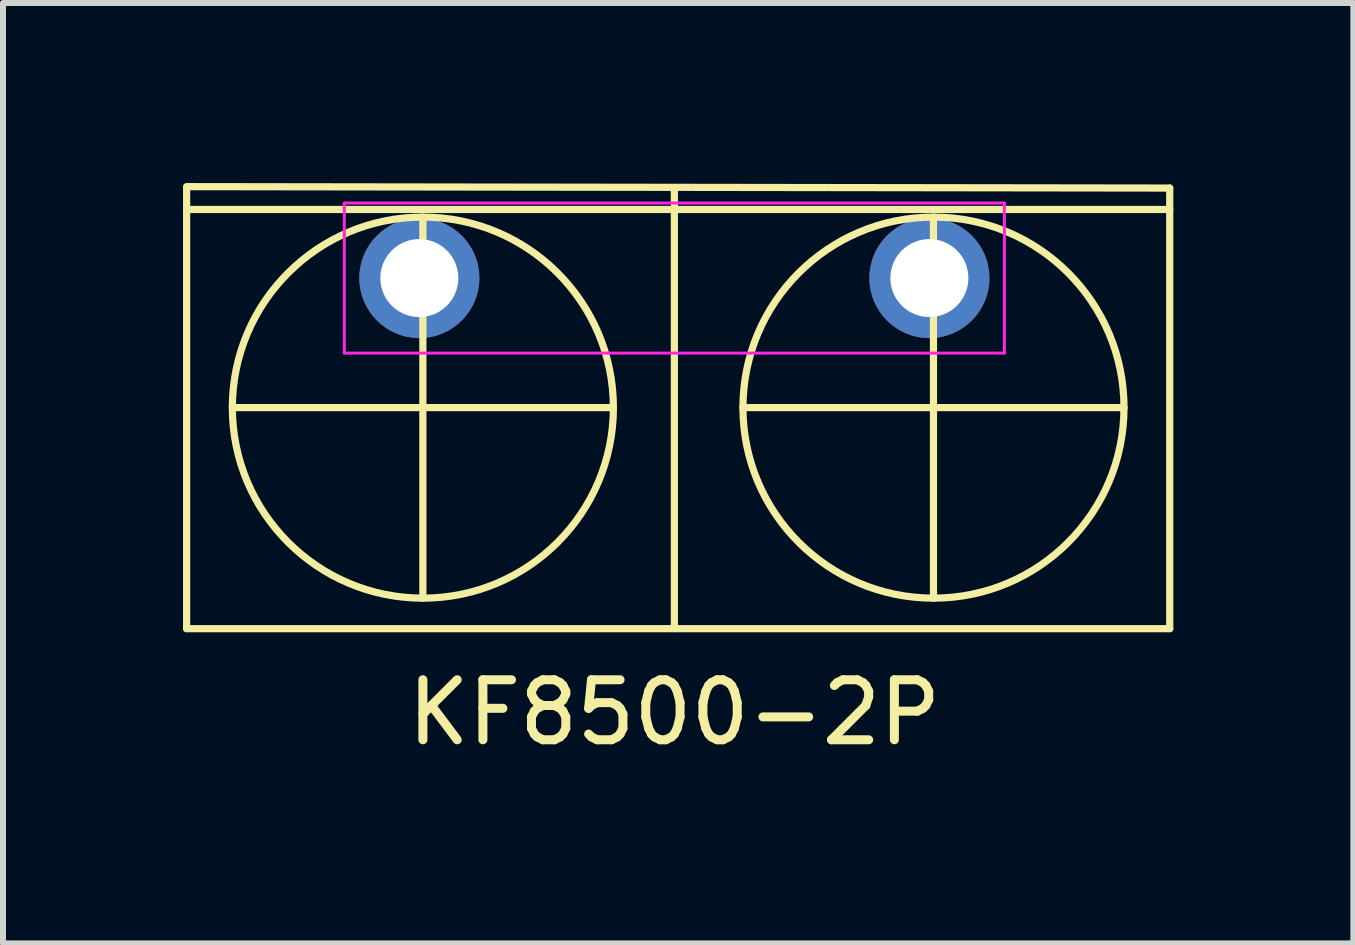
<source format=kicad_pcb>
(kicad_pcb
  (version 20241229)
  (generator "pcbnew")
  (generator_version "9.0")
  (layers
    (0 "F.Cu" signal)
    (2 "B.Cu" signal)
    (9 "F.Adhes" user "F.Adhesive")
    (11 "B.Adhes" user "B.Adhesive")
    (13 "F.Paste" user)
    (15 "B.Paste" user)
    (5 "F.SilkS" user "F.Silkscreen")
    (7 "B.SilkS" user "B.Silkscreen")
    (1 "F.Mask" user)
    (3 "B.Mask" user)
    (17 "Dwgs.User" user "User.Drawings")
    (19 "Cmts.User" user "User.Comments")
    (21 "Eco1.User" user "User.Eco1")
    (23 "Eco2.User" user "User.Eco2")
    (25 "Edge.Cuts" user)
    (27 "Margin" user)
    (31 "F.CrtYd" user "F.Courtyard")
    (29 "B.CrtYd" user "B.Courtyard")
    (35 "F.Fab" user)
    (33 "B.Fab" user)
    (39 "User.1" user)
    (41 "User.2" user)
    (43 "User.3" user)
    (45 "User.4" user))
  (footprint "KF8500-2P"
    (layer "F.Cu")
    (at 8.188 1.584)
    (property "Reference" "KF8500-2P" (at 0 7.239 0) (layer "F.SilkS") (effects (font (size 1 1) (thickness 0.15))))
    (attr through_hole)
    (fp_line (start -8.128 -1.524) (end 8.255 -1.5) (stroke (width 0.12) (type solid)) (layer "F.SilkS"))
    (fp_line (start -8.128 -1.143) (end 8.255 -1.143) (stroke (width 0.12) (type solid)) (layer "F.SilkS"))
    (fp_line (start -8.128 5.842) (end -8.128 -1.5) (stroke (width 0.12) (type solid)) (layer "F.SilkS"))
    (fp_line (start -7.366 2.159) (end -1.016 2.159) (stroke (width 0.12) (type solid)) (layer "F.SilkS"))
    (fp_line (start -4.191 -1.016) (end -4.191 5.334) (stroke (width 0.12) (type solid)) (layer "F.SilkS"))
    (fp_line (start 0 -1.5) (end 0 5.842) (stroke (width 0.12) (type solid)) (layer "F.SilkS"))
    (fp_line (start 1.143 2.159) (end 7.493 2.159) (stroke (width 0.12) (type solid)) (layer "F.SilkS"))
    (fp_line (start 4.318 -1.016) (end 4.318 5.334) (stroke (width 0.12) (type solid)) (layer "F.SilkS"))
    (fp_line (start 8.255 -1.5) (end 8.255 5.842) (stroke (width 0.12) (type solid)) (layer "F.SilkS"))
    (fp_line (start 8.255 5.842) (end -8.128 5.842) (stroke (width 0.12) (type solid)) (layer "F.SilkS"))
    (fp_circle (center -4.191 2.159) (end -4.191 -1.016) (stroke (width 0.12) (type solid)) (fill no) (layer "F.SilkS"))
    (fp_circle (center 4.318 2.159) (end 4.318 -1.016) (stroke (width 0.12) (type solid)) (fill no) (layer "F.SilkS"))
    (fp_line (start -5.5 -1.25) (end 5.5 -1.25) (stroke (width 0.05) (type solid)) (layer "F.CrtYd"))
    (fp_line (start -5.5 1.25) (end -5.5 -1.25) (stroke (width 0.05) (type solid)) (layer "F.CrtYd"))
    (fp_line (start 5.5 -1.25) (end 5.5 1.25) (stroke (width 0.05) (type solid)) (layer "F.CrtYd"))
    (fp_line (start 5.5 1.25) (end -5.5 1.25) (stroke (width 0.05) (type solid)) (layer "F.CrtYd"))
    (pad "1" thru_hole circle (at -4.25 0) (size 2 2) (drill 1.3) (layers "*.Cu" "*.Mask"))
    (pad "2" thru_hole circle (at 4.25 0) (size 2 2) (drill 1.3) (layers "*.Cu" "*.Mask")))
  (gr_rect
    (start -3 -3)
    (end 19.503 12.671)
    (stroke (width 0.1) (type default))
    (fill no)
    (layer "Edge.Cuts")))
</source>
